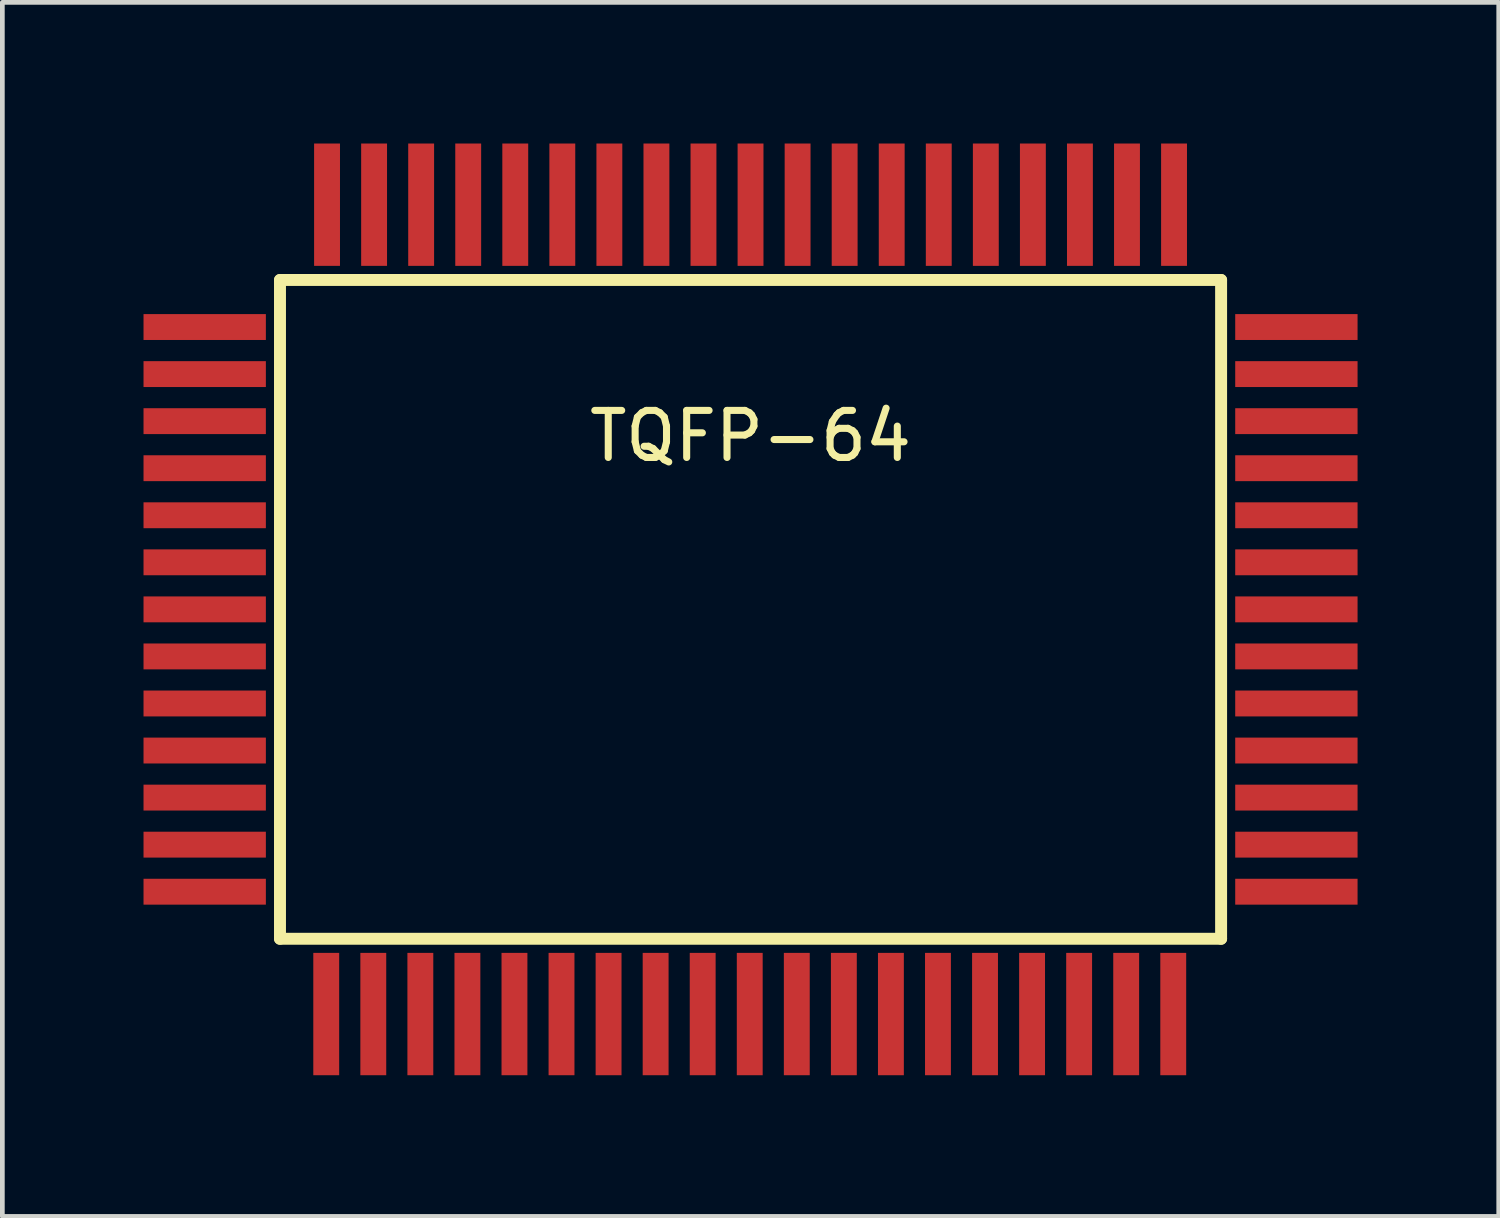
<source format=kicad_pcb>
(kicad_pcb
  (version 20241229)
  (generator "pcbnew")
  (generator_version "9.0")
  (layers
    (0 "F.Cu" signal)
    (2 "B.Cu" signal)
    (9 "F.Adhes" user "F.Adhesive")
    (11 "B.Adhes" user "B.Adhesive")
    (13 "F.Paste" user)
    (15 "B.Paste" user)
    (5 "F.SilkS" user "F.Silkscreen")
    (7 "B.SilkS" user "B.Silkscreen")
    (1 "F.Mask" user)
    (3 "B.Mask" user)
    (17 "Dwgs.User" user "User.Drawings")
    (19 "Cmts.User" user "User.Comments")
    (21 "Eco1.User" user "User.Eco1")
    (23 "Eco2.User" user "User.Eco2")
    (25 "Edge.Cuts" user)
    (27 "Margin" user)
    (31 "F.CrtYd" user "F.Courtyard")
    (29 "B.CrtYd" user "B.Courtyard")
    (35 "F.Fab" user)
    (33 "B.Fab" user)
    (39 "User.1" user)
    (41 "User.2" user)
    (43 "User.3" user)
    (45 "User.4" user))
  (footprint "TQFP-64"
    (layer "F.Cu")
    (at 12.9 9.9)
    (property "Reference" "TQFP-64" (at 0 -3.683 0) (layer "F.SilkS") (effects (font (size 1 1) (thickness 0.15))))
    (attr through_hole)
    (fp_line (start -10 -7) (end -10 7) (stroke (width 0.254) (type solid)) (layer "F.SilkS"))
    (fp_line (start -10 7) (end 10 7) (stroke (width 0.254) (type solid)) (layer "F.SilkS"))
    (fp_line (start 10 -7) (end -10 -7) (stroke (width 0.254) (type solid)) (layer "F.SilkS"))
    (fp_line (start 10 -7) (end 10 7) (stroke (width 0.254) (type solid)) (layer "F.SilkS"))
    (pad "1" smd rect (at -9.017 8.6) (size 0.55 2.6) (layers "F.Cu" "F.Mask" "F.Paste"))
    (pad "2" smd rect (at -8.017 8.6) (size 0.55 2.6) (layers "F.Cu" "F.Mask" "F.Paste"))
    (pad "3" smd rect (at -7.017 8.6) (size 0.55 2.6) (layers "F.Cu" "F.Mask" "F.Paste"))
    (pad "4" smd rect (at -6.017 8.6) (size 0.55 2.6) (layers "F.Cu" "F.Mask" "F.Paste"))
    (pad "5" smd rect (at -5.017 8.6) (size 0.55 2.6) (layers "F.Cu" "F.Mask" "F.Paste"))
    (pad "6" smd rect (at -4.017 8.6) (size 0.55 2.6) (layers "F.Cu" "F.Mask" "F.Paste"))
    (pad "7" smd rect (at -3.017 8.6) (size 0.55 2.6) (layers "F.Cu" "F.Mask" "F.Paste"))
    (pad "8" smd rect (at -2.017 8.6) (size 0.55 2.6) (layers "F.Cu" "F.Mask" "F.Paste"))
    (pad "9" smd rect (at -1.017 8.6) (size 0.55 2.6) (layers "F.Cu" "F.Mask" "F.Paste"))
    (pad "10" smd rect (at -0.017 8.6) (size 0.55 2.6) (layers "F.Cu" "F.Mask" "F.Paste"))
    (pad "11" smd rect (at 0.983 8.6) (size 0.55 2.6) (layers "F.Cu" "F.Mask" "F.Paste"))
    (pad "12" smd rect (at 1.983 8.6) (size 0.55 2.6) (layers "F.Cu" "F.Mask" "F.Paste"))
    (pad "13" smd rect (at 2.983 8.6) (size 0.55 2.6) (layers "F.Cu" "F.Mask" "F.Paste"))
    (pad "14" smd rect (at 3.983 8.6) (size 0.55 2.6) (layers "F.Cu" "F.Mask" "F.Paste"))
    (pad "15" smd rect (at 4.983 8.6) (size 0.55 2.6) (layers "F.Cu" "F.Mask" "F.Paste"))
    (pad "16" smd rect (at 5.983 8.6) (size 0.55 2.6) (layers "F.Cu" "F.Mask" "F.Paste"))
    (pad "17" smd rect (at 6.983 8.6) (size 0.55 2.6) (layers "F.Cu" "F.Mask" "F.Paste"))
    (pad "18" smd rect (at 7.983 8.6) (size 0.55 2.6) (layers "F.Cu" "F.Mask" "F.Paste"))
    (pad "19" smd rect (at 8.983 8.6) (size 0.55 2.6) (layers "F.Cu" "F.Mask" "F.Paste"))
    (pad "20" smd rect (at 11.6 6 90) (size 0.55 2.6) (layers "F.Cu" "F.Mask" "F.Paste"))
    (pad "21" smd rect (at 11.6 5 90) (size 0.55 2.6) (layers "F.Cu" "F.Mask" "F.Paste"))
    (pad "22" smd rect (at 11.6 4 90) (size 0.55 2.6) (layers "F.Cu" "F.Mask" "F.Paste"))
    (pad "23" smd rect (at 11.6 3 90) (size 0.55 2.6) (layers "F.Cu" "F.Mask" "F.Paste"))
    (pad "24" smd rect (at 11.6 2 90) (size 0.55 2.6) (layers "F.Cu" "F.Mask" "F.Paste"))
    (pad "25" smd rect (at 11.6 1 90) (size 0.55 2.6) (layers "F.Cu" "F.Mask" "F.Paste"))
    (pad "26" smd rect (at 11.6 0 90) (size 0.55 2.6) (layers "F.Cu" "F.Mask" "F.Paste"))
    (pad "27" smd rect (at 11.6 -1 90) (size 0.55 2.6) (layers "F.Cu" "F.Mask" "F.Paste"))
    (pad "28" smd rect (at 11.6 -2 90) (size 0.55 2.6) (layers "F.Cu" "F.Mask" "F.Paste"))
    (pad "29" smd rect (at 11.6 -3 90) (size 0.55 2.6) (layers "F.Cu" "F.Mask" "F.Paste"))
    (pad "30" smd rect (at 11.6 -4 90) (size 0.55 2.6) (layers "F.Cu" "F.Mask" "F.Paste"))
    (pad "31" smd rect (at 11.6 -5 90) (size 0.55 2.6) (layers "F.Cu" "F.Mask" "F.Paste"))
    (pad "32" smd rect (at 11.6 -6 90) (size 0.55 2.6) (layers "F.Cu" "F.Mask" "F.Paste"))
    (pad "33" smd rect (at 9 -8.6) (size 0.55 2.6) (layers "F.Cu" "F.Mask" "F.Paste"))
    (pad "34" smd rect (at 8 -8.6) (size 0.55 2.6) (layers "F.Cu" "F.Mask" "F.Paste"))
    (pad "35" smd rect (at 7 -8.6) (size 0.55 2.6) (layers "F.Cu" "F.Mask" "F.Paste"))
    (pad "36" smd rect (at 6 -8.6) (size 0.55 2.6) (layers "F.Cu" "F.Mask" "F.Paste"))
    (pad "37" smd rect (at 5 -8.6) (size 0.55 2.6) (layers "F.Cu" "F.Mask" "F.Paste"))
    (pad "38" smd rect (at 4 -8.6) (size 0.55 2.6) (layers "F.Cu" "F.Mask" "F.Paste"))
    (pad "39" smd rect (at 3 -8.6) (size 0.55 2.6) (layers "F.Cu" "F.Mask" "F.Paste"))
    (pad "40" smd rect (at 2 -8.6) (size 0.55 2.6) (layers "F.Cu" "F.Mask" "F.Paste"))
    (pad "41" smd rect (at 1 -8.6) (size 0.55 2.6) (layers "F.Cu" "F.Mask" "F.Paste"))
    (pad "42" smd rect (at 0 -8.6) (size 0.55 2.6) (layers "F.Cu" "F.Mask" "F.Paste"))
    (pad "43" smd rect (at -1 -8.6) (size 0.55 2.6) (layers "F.Cu" "F.Mask" "F.Paste"))
    (pad "44" smd rect (at -2 -8.6) (size 0.55 2.6) (layers "F.Cu" "F.Mask" "F.Paste"))
    (pad "45" smd rect (at -3 -8.6) (size 0.55 2.6) (layers "F.Cu" "F.Mask" "F.Paste"))
    (pad "46" smd rect (at -4 -8.6) (size 0.55 2.6) (layers "F.Cu" "F.Mask" "F.Paste"))
    (pad "47" smd rect (at -5 -8.6) (size 0.55 2.6) (layers "F.Cu" "F.Mask" "F.Paste"))
    (pad "48" smd rect (at -6 -8.6) (size 0.55 2.6) (layers "F.Cu" "F.Mask" "F.Paste"))
    (pad "49" smd rect (at -7 -8.6) (size 0.55 2.6) (layers "F.Cu" "F.Mask" "F.Paste"))
    (pad "50" smd rect (at -8 -8.6) (size 0.55 2.6) (layers "F.Cu" "F.Mask" "F.Paste"))
    (pad "51" smd rect (at -9 -8.6) (size 0.55 2.6) (layers "F.Cu" "F.Mask" "F.Paste"))
    (pad "52" smd rect (at -11.6 -6 90) (size 0.55 2.6) (layers "F.Cu" "F.Mask" "F.Paste"))
    (pad "53" smd rect (at -11.6 -5 90) (size 0.55 2.6) (layers "F.Cu" "F.Mask" "F.Paste"))
    (pad "54" smd rect (at -11.6 -4 90) (size 0.55 2.6) (layers "F.Cu" "F.Mask" "F.Paste"))
    (pad "55" smd rect (at -11.6 -3 90) (size 0.55 2.6) (layers "F.Cu" "F.Mask" "F.Paste"))
    (pad "56" smd rect (at -11.6 -2 90) (size 0.55 2.6) (layers "F.Cu" "F.Mask" "F.Paste"))
    (pad "57" smd rect (at -11.6 -1 90) (size 0.55 2.6) (layers "F.Cu" "F.Mask" "F.Paste"))
    (pad "58" smd rect (at -11.6 0 90) (size 0.55 2.6) (layers "F.Cu" "F.Mask" "F.Paste"))
    (pad "59" smd rect (at -11.6 1 90) (size 0.55 2.6) (layers "F.Cu" "F.Mask" "F.Paste"))
    (pad "60" smd rect (at -11.6 2 90) (size 0.55 2.6) (layers "F.Cu" "F.Mask" "F.Paste"))
    (pad "61" smd rect (at -11.6 3 90) (size 0.55 2.6) (layers "F.Cu" "F.Mask" "F.Paste"))
    (pad "62" smd rect (at -11.6 4 90) (size 0.55 2.6) (layers "F.Cu" "F.Mask" "F.Paste"))
    (pad "63" smd rect (at -11.6 5 90) (size 0.55 2.6) (layers "F.Cu" "F.Mask" "F.Paste"))
    (pad "64" smd rect (at -11.6 6 90) (size 0.55 2.6) (layers "F.Cu" "F.Mask" "F.Paste")))
  (gr_rect
    (start -3 -3)
    (end 28.8 22.8)
    (stroke (width 0.1) (type default))
    (fill no)
    (layer "Edge.Cuts")))
</source>
